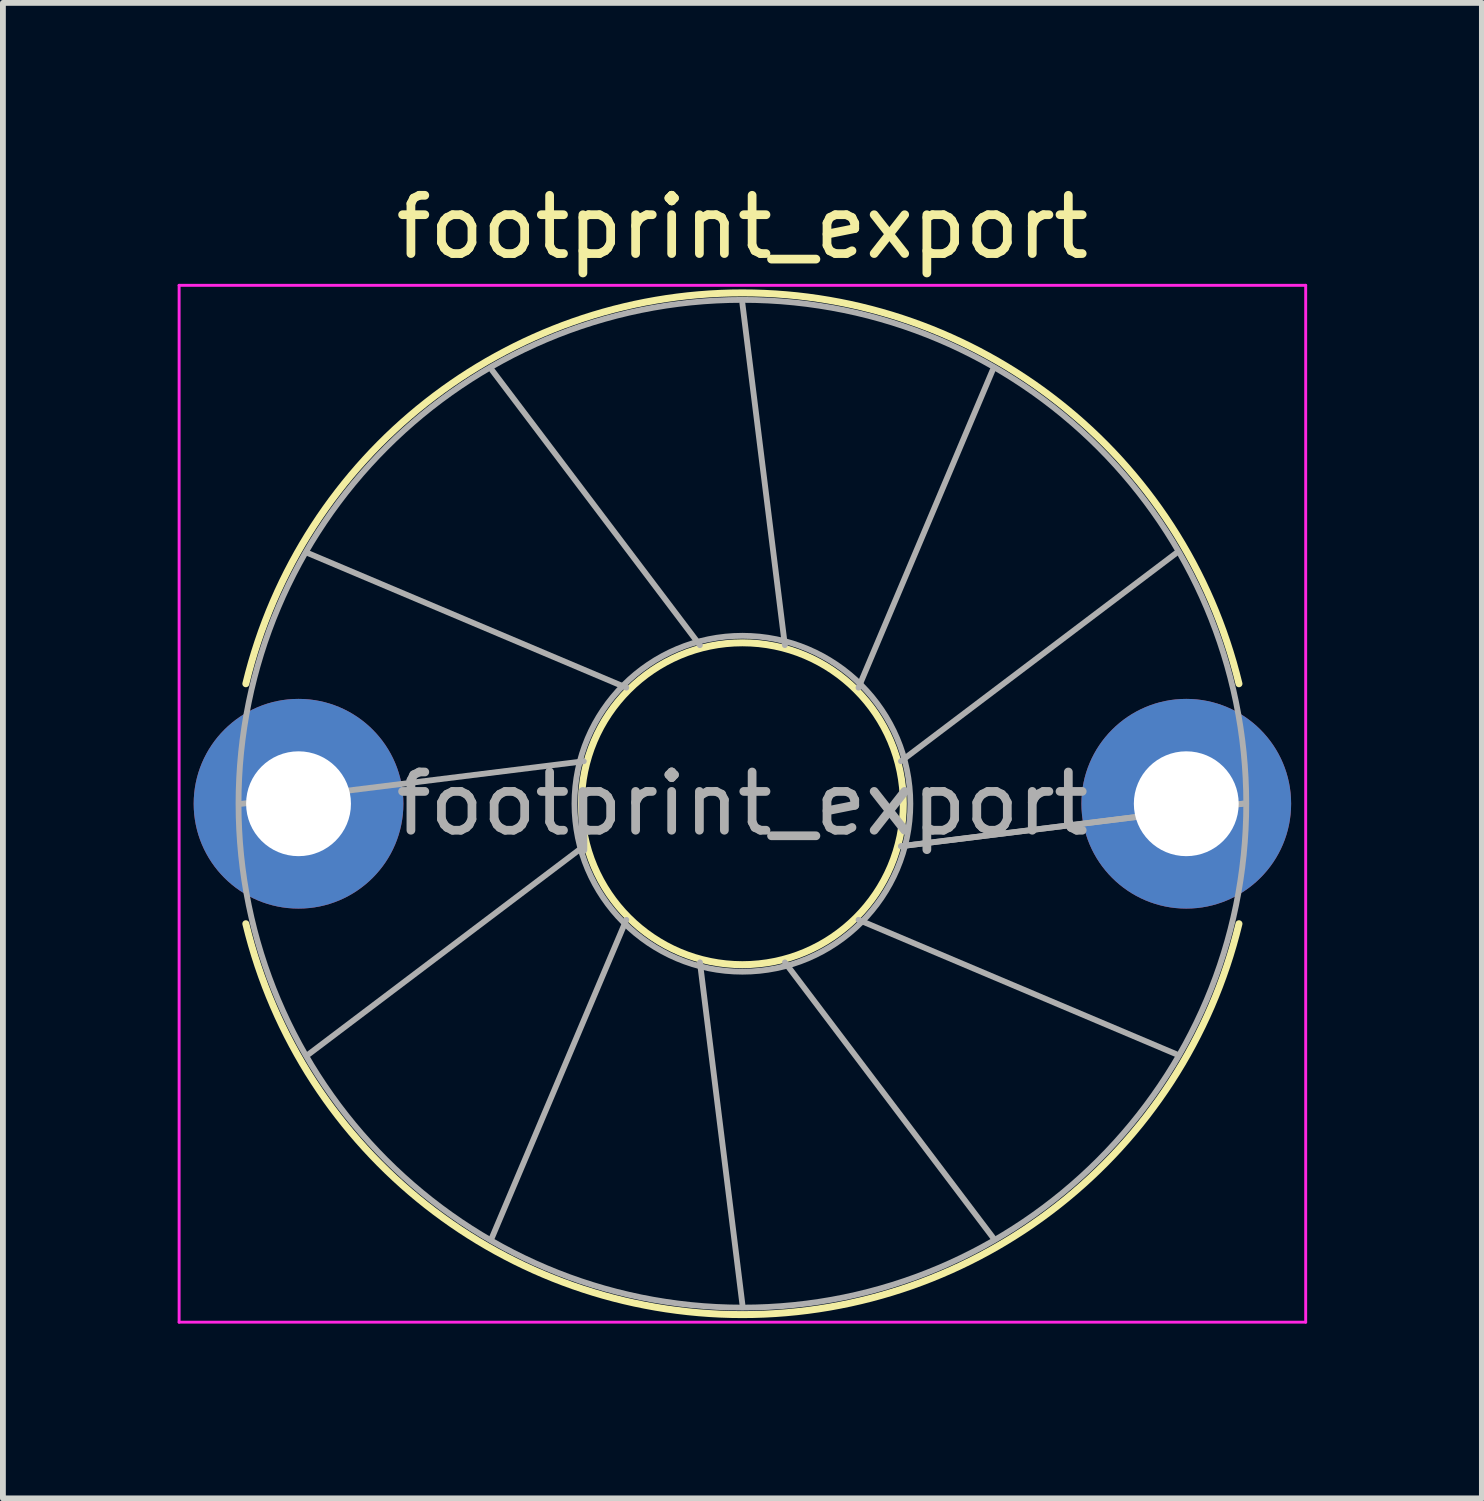
<source format=kicad_pcb>
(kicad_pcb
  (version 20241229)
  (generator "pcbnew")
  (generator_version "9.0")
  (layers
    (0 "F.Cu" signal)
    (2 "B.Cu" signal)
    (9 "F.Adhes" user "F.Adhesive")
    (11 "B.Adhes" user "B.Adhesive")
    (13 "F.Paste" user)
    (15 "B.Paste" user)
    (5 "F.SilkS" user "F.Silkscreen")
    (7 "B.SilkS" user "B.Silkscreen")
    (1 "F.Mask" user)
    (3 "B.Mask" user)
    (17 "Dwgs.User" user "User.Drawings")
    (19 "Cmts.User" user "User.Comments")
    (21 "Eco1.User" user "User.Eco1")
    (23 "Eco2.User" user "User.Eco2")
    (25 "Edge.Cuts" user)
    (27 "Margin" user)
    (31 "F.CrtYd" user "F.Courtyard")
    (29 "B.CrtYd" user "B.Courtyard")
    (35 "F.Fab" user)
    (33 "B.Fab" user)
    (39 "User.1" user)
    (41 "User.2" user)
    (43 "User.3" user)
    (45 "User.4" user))
  (footprint "footprint_export"
    (layer "F.Cu")
    (at 2.075 10.748)
    (property "Reference" "footprint_export" (at 7.62 -9.9 0) (layer "F.SilkS") (effects (font (size 1 1) (thickness 0.15))))
    (attr through_hole)
    (fp_arc (start -0.904629 -2.06) (mid 7.62 -8.77) (end 16.144629 -2.06) (stroke (width 0.12) (type solid)) (layer "F.SilkS"))
    (fp_arc (start 16.144629 2.06) (mid 7.62 8.77) (end -0.904629 2.06) (stroke (width 0.12) (type solid)) (layer "F.SilkS"))
    (fp_circle (center 7.62 0) (end 10.383 0) (stroke (width 0.12) (type solid)) (fill no) (layer "F.SilkS"))
    (fp_line (start -2.05 -8.9) (end -2.05 8.9) (stroke (width 0.05) (type solid)) (layer "F.CrtYd"))
    (fp_line (start -2.05 8.9) (end 17.29 8.9) (stroke (width 0.05) (type solid)) (layer "F.CrtYd"))
    (fp_line (start 17.29 -8.9) (end -2.05 -8.9) (stroke (width 0.05) (type solid)) (layer "F.CrtYd"))
    (fp_line (start 17.29 8.9) (end 17.29 -8.9) (stroke (width 0.05) (type solid)) (layer "F.CrtYd"))
    (fp_line (start -0.975 0.001) (end 4.897 -0.729) (stroke (width 0.1) (type solid)) (layer "F.Fab"))
    (fp_line (start 0.176 -4.296) (end 5.627 -1.993) (stroke (width 0.1) (type solid)) (layer "F.Fab"))
    (fp_line (start 0.177 4.298) (end 4.898 0.73) (stroke (width 0.1) (type solid)) (layer "F.Fab"))
    (fp_line (start 3.322 -7.443) (end 6.89 -2.722) (stroke (width 0.1) (type solid)) (layer "F.Fab"))
    (fp_line (start 3.323 7.443) (end 5.627 1.993) (stroke (width 0.1) (type solid)) (layer "F.Fab"))
    (fp_line (start 7.619 -8.595) (end 8.349 -2.723) (stroke (width 0.1) (type solid)) (layer "F.Fab"))
    (fp_line (start 7.62 8.595) (end 6.891 2.723) (stroke (width 0.1) (type solid)) (layer "F.Fab"))
    (fp_line (start 11.916 -7.444) (end 9.613 -1.993) (stroke (width 0.1) (type solid)) (layer "F.Fab"))
    (fp_line (start 11.918 7.443) (end 8.35 2.723) (stroke (width 0.1) (type solid)) (layer "F.Fab"))
    (fp_line (start 15.062 -4.299) (end 10.342 -0.73) (stroke (width 0.1) (type solid)) (layer "F.Fab"))
    (fp_line (start 15.063 4.297) (end 9.613 1.993) (stroke (width 0.1) (type solid)) (layer "F.Fab"))
    (fp_line (start 16.215 -0.002) (end 10.343 0.729) (stroke (width 0.1) (type solid)) (layer "F.Fab"))
    (fp_line (start 16.215 0) (end 10.343 0.729) (stroke (width 0.1) (type solid)) (layer "F.Fab"))
    (fp_circle (center 7.62 0) (end 10.503 0) (stroke (width 0.1) (type solid)) (fill no) (layer "F.Fab"))
    (fp_circle (center 7.62 0) (end 16.27 0) (stroke (width 0.1) (type solid)) (fill no) (layer "F.Fab"))
    (fp_text user "${REFERENCE}" (at 7.62 0 0) (layer "F.Fab") (effects (font (size 1 1) (thickness 0.15))))
    (pad "1" thru_hole circle (at 0 0) (size 3.6 3.6) (drill 1.8) (layers "*.Cu" "*.Mask"))
    (pad "2" thru_hole circle (at 15.24 0) (size 3.6 3.6) (drill 1.8) (layers "*.Cu" "*.Mask")))
  (gr_rect
    (start -3 -3)
    (end 22.39 22.673)
    (stroke (width 0.1) (type default))
    (fill no)
    (layer "Edge.Cuts")))
</source>
